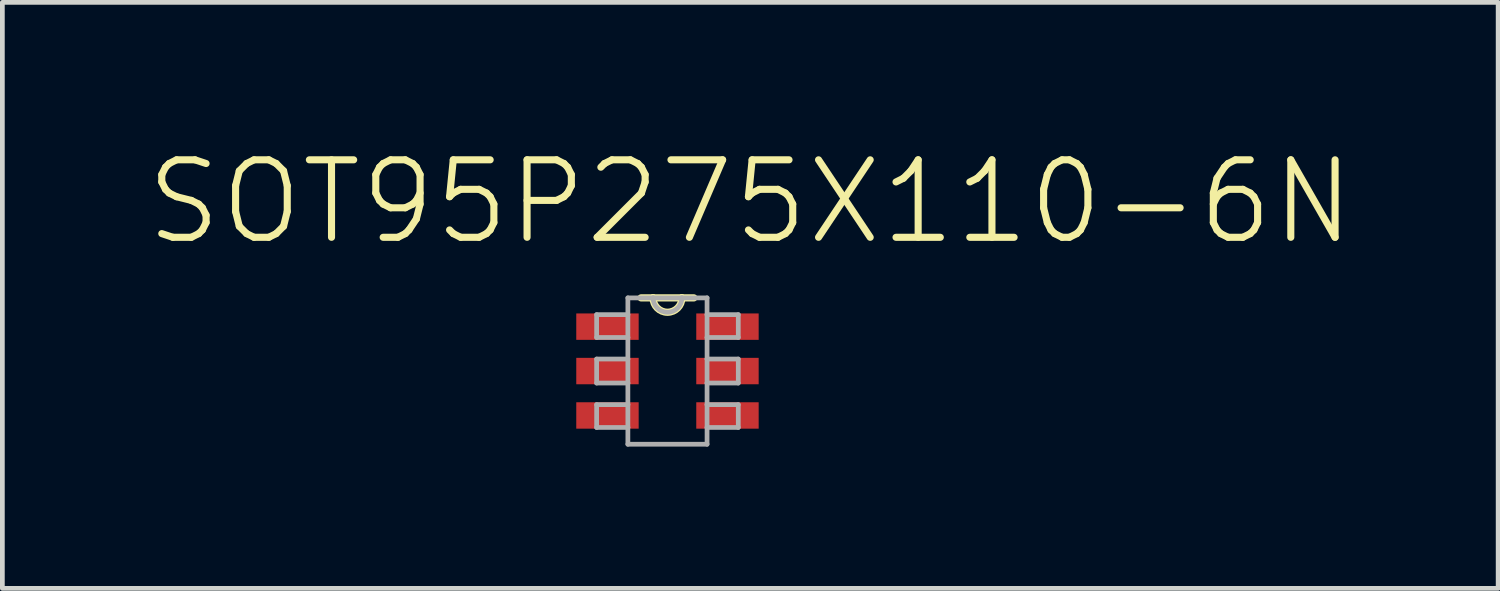
<source format=kicad_pcb>
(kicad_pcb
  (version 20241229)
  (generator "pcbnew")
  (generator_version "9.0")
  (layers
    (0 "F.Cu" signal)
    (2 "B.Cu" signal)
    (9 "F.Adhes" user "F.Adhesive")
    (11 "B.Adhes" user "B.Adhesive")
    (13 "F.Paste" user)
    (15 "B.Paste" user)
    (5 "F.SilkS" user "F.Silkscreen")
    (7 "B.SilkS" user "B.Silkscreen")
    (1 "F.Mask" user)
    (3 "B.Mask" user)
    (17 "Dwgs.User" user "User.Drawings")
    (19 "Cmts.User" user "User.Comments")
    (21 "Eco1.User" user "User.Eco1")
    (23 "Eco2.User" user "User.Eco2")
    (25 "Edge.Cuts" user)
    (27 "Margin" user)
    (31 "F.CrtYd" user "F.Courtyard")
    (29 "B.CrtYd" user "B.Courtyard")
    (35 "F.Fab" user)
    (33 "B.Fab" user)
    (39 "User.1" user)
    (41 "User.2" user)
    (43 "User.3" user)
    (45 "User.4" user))
  (footprint "SOT95P275X110-6N"
    (layer "F.Cu")
    (at 11.078 4.804)
    (property "Reference" "SOT95P275X110-6N" (at 1.753 -3.582 0) (layer "F.SilkS") (effects (font (size 1.64 1.64) (thickness 0.15))))
    (attr through_hole)
    (fp_line (start -0.305 -1.549) (end -0.559 -1.549) (stroke (width 0.152) (type solid)) (layer "F.SilkS"))
    (fp_line (start 0.305 -1.549) (end -0.305 -1.549) (stroke (width 0.152) (type solid)) (layer "F.SilkS"))
    (fp_line (start 0.559 -1.549) (end 0.305 -1.549) (stroke (width 0.152) (type solid)) (layer "F.SilkS"))
    (fp_arc (start 0.3048 -1.5494) (mid 0 -1.2446) (end -0.3048 -1.5494) (stroke (width 0.1524) (type solid)) (layer "F.SilkS"))
    (fp_line (start -1.499 -1.194) (end -1.499 -0.711) (stroke (width 0.1) (type solid)) (layer "F.Fab"))
    (fp_line (start -1.499 -0.711) (end -0.838 -0.711) (stroke (width 0.1) (type solid)) (layer "F.Fab"))
    (fp_line (start -1.499 -0.254) (end -1.499 0.254) (stroke (width 0.1) (type solid)) (layer "F.Fab"))
    (fp_line (start -1.499 0.254) (end -0.838 0.254) (stroke (width 0.1) (type solid)) (layer "F.Fab"))
    (fp_line (start -1.499 0.711) (end -1.499 1.194) (stroke (width 0.1) (type solid)) (layer "F.Fab"))
    (fp_line (start -1.499 1.194) (end -0.838 1.194) (stroke (width 0.1) (type solid)) (layer "F.Fab"))
    (fp_line (start -0.838 -1.549) (end -0.838 -1.194) (stroke (width 0.1) (type solid)) (layer "F.Fab"))
    (fp_line (start -0.838 -1.194) (end -1.499 -1.194) (stroke (width 0.1) (type solid)) (layer "F.Fab"))
    (fp_line (start -0.838 -1.194) (end -0.838 -0.711) (stroke (width 0.1) (type solid)) (layer "F.Fab"))
    (fp_line (start -0.838 -0.711) (end -0.838 -0.254) (stroke (width 0.1) (type solid)) (layer "F.Fab"))
    (fp_line (start -0.838 -0.254) (end -1.499 -0.254) (stroke (width 0.1) (type solid)) (layer "F.Fab"))
    (fp_line (start -0.838 -0.254) (end -0.838 0.254) (stroke (width 0.1) (type solid)) (layer "F.Fab"))
    (fp_line (start -0.838 0.254) (end -0.838 0.711) (stroke (width 0.1) (type solid)) (layer "F.Fab"))
    (fp_line (start -0.838 0.711) (end -1.499 0.711) (stroke (width 0.1) (type solid)) (layer "F.Fab"))
    (fp_line (start -0.838 1.194) (end -0.838 0.711) (stroke (width 0.1) (type solid)) (layer "F.Fab"))
    (fp_line (start -0.838 1.549) (end -0.838 1.194) (stroke (width 0.1) (type solid)) (layer "F.Fab"))
    (fp_line (start -0.838 1.549) (end 0.838 1.549) (stroke (width 0.1) (type solid)) (layer "F.Fab"))
    (fp_line (start -0.305 -1.549) (end -0.838 -1.549) (stroke (width 0.1) (type solid)) (layer "F.Fab"))
    (fp_line (start 0.305 -1.549) (end -0.305 -1.549) (stroke (width 0.1) (type solid)) (layer "F.Fab"))
    (fp_line (start 0.838 -1.549) (end 0.305 -1.549) (stroke (width 0.1) (type solid)) (layer "F.Fab"))
    (fp_line (start 0.838 -1.549) (end 0.838 -1.194) (stroke (width 0.1) (type solid)) (layer "F.Fab"))
    (fp_line (start 0.838 -1.194) (end 0.838 -0.711) (stroke (width 0.1) (type solid)) (layer "F.Fab"))
    (fp_line (start 0.838 -0.711) (end 1.499 -0.711) (stroke (width 0.1) (type solid)) (layer "F.Fab"))
    (fp_line (start 0.838 -0.254) (end 0.838 -0.711) (stroke (width 0.1) (type solid)) (layer "F.Fab"))
    (fp_line (start 0.838 0.254) (end 0.838 -0.254) (stroke (width 0.1) (type solid)) (layer "F.Fab"))
    (fp_line (start 0.838 0.254) (end 1.499 0.254) (stroke (width 0.1) (type solid)) (layer "F.Fab"))
    (fp_line (start 0.838 0.711) (end 0.838 0.254) (stroke (width 0.1) (type solid)) (layer "F.Fab"))
    (fp_line (start 0.838 1.194) (end 0.838 0.711) (stroke (width 0.1) (type solid)) (layer "F.Fab"))
    (fp_line (start 0.838 1.194) (end 1.499 1.194) (stroke (width 0.1) (type solid)) (layer "F.Fab"))
    (fp_line (start 0.838 1.549) (end 0.838 1.194) (stroke (width 0.1) (type solid)) (layer "F.Fab"))
    (fp_line (start 1.499 -1.194) (end 0.838 -1.194) (stroke (width 0.1) (type solid)) (layer "F.Fab"))
    (fp_line (start 1.499 -0.711) (end 1.499 -1.194) (stroke (width 0.1) (type solid)) (layer "F.Fab"))
    (fp_line (start 1.499 -0.254) (end 0.838 -0.254) (stroke (width 0.1) (type solid)) (layer "F.Fab"))
    (fp_line (start 1.499 0.254) (end 1.499 -0.254) (stroke (width 0.1) (type solid)) (layer "F.Fab"))
    (fp_line (start 1.499 0.711) (end 0.838 0.711) (stroke (width 0.1) (type solid)) (layer "F.Fab"))
    (fp_line (start 1.499 1.194) (end 1.499 0.711) (stroke (width 0.1) (type solid)) (layer "F.Fab"))
    (fp_arc (start 0.3048 -1.5494) (mid 0 -1.2446) (end -0.3048 -1.5494) (stroke (width 0.1) (type solid)) (layer "F.Fab"))
    (pad "1" smd rect (at -1.27 -0.94) (size 1.321 0.559) (layers "F.Cu" "F.Mask" "F.Paste"))
    (pad "2" smd rect (at -1.27 0) (size 1.321 0.559) (layers "F.Cu" "F.Mask" "F.Paste"))
    (pad "3" smd rect (at -1.27 0.94) (size 1.321 0.559) (layers "F.Cu" "F.Mask" "F.Paste"))
    (pad "4" smd rect (at 1.27 0.94) (size 1.321 0.559) (layers "F.Cu" "F.Mask" "F.Paste"))
    (pad "5" smd rect (at 1.27 0) (size 1.321 0.559) (layers "F.Cu" "F.Mask" "F.Paste"))
    (pad "6" smd rect (at 1.27 -0.94) (size 1.321 0.559) (layers "F.Cu" "F.Mask" "F.Paste")))
  (gr_rect
    (start -3 -3)
    (end 28.661 9.404)
    (stroke (width 0.1) (type default))
    (fill no)
    (layer "Edge.Cuts")))
</source>
